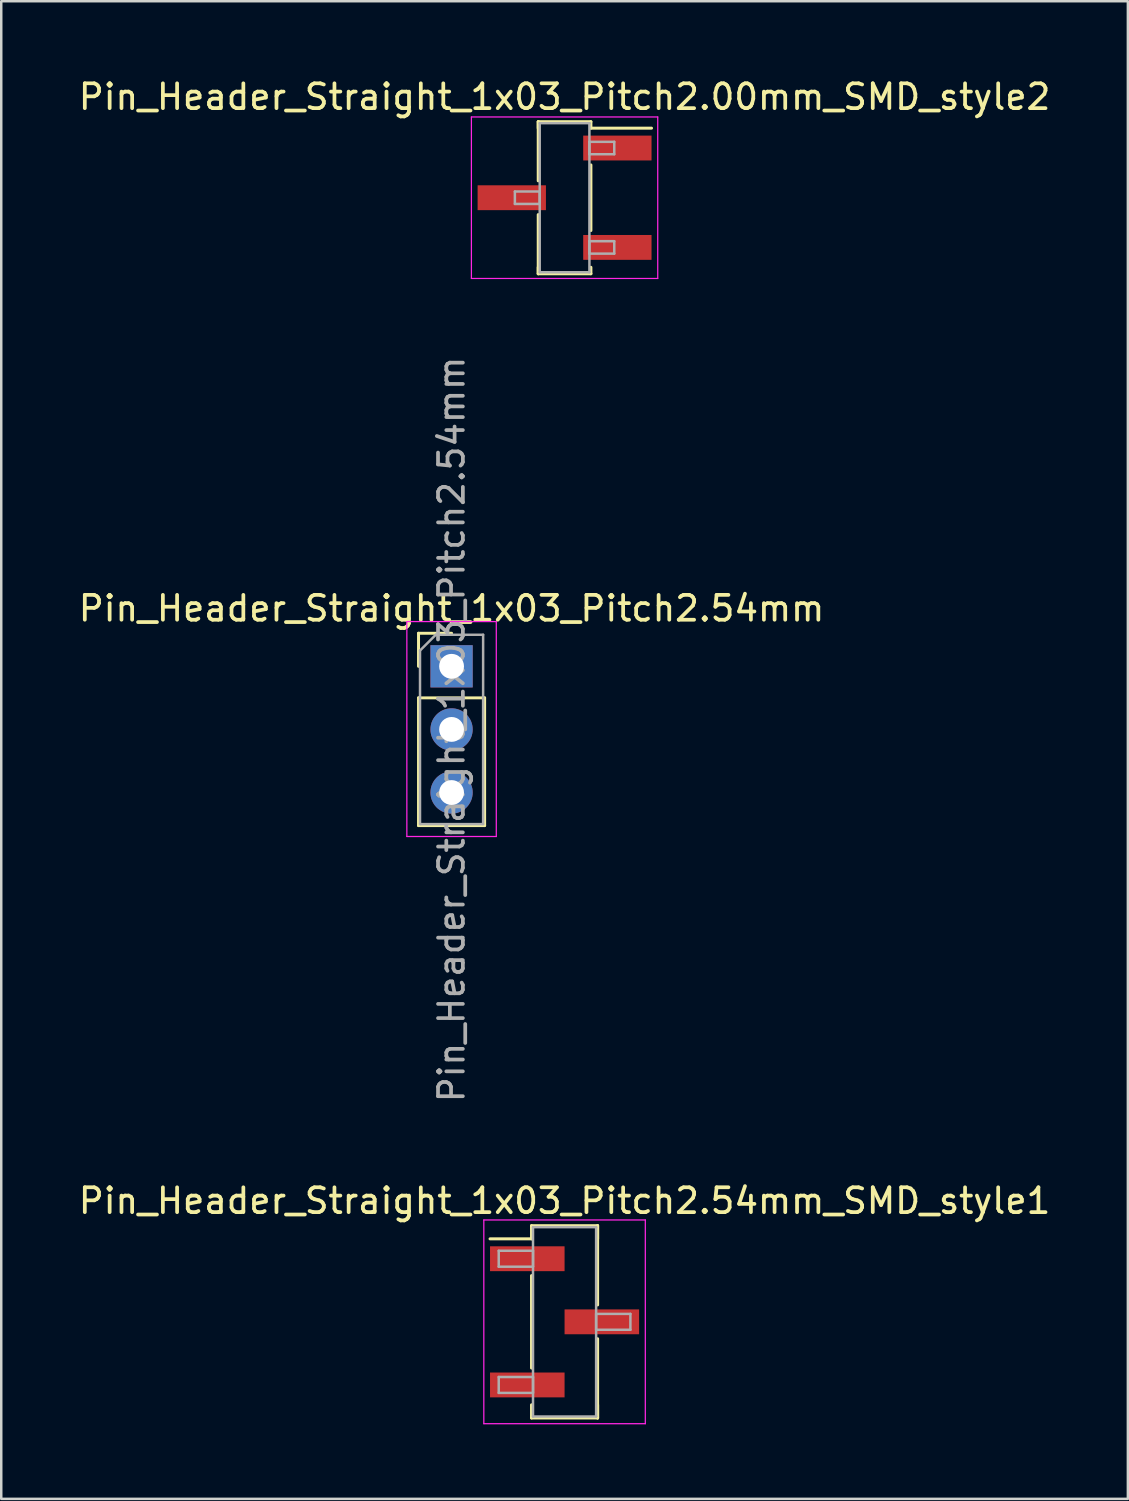
<source format=kicad_pcb>
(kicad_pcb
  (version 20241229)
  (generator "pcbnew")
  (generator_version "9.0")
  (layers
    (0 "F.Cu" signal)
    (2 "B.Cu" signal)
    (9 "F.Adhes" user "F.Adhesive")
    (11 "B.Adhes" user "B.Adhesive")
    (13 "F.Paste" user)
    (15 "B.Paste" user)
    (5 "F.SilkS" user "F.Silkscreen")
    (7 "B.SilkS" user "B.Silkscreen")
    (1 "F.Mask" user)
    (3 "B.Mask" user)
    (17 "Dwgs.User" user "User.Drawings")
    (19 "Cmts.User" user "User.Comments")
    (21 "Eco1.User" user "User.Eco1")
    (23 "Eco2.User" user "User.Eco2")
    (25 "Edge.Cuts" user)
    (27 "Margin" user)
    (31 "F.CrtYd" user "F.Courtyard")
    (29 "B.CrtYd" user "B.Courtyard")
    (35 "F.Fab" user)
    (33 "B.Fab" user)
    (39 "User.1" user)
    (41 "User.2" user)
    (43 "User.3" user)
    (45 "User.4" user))
  (footprint "Pin_Header_Straight_1x03_Pitch2.54mm"
    (layer "F.Cu")
    (at 15.125 23.768)
    (property "Reference" "Pin_Header_Straight_1x03_Pitch2.54mm" (at 0 -2.33 0) (layer "F.SilkS") (effects (font (size 1 1) (thickness 0.15))))
    (attr through_hole)
    (fp_line (start -1.33 -1.33) (end 0 -1.33) (stroke (width 0.12) (type solid)) (layer "F.SilkS"))
    (fp_line (start -1.33 0) (end -1.33 -1.33) (stroke (width 0.12) (type solid)) (layer "F.SilkS"))
    (fp_line (start -1.33 1.27) (end -1.33 6.41) (stroke (width 0.12) (type solid)) (layer "F.SilkS"))
    (fp_line (start -1.33 6.41) (end 1.33 6.41) (stroke (width 0.12) (type solid)) (layer "F.SilkS"))
    (fp_line (start 1.33 1.27) (end -1.33 1.27) (stroke (width 0.12) (type solid)) (layer "F.SilkS"))
    (fp_line (start 1.33 6.41) (end 1.33 1.27) (stroke (width 0.12) (type solid)) (layer "F.SilkS"))
    (fp_line (start -1.8 -1.8) (end -1.8 6.85) (stroke (width 0.05) (type solid)) (layer "F.CrtYd"))
    (fp_line (start -1.8 6.85) (end 1.8 6.85) (stroke (width 0.05) (type solid)) (layer "F.CrtYd"))
    (fp_line (start 1.8 -1.8) (end -1.8 -1.8) (stroke (width 0.05) (type solid)) (layer "F.CrtYd"))
    (fp_line (start 1.8 6.85) (end 1.8 -1.8) (stroke (width 0.05) (type solid)) (layer "F.CrtYd"))
    (fp_line (start -1.27 -0.635) (end -0.635 -1.27) (stroke (width 0.1) (type solid)) (layer "F.Fab"))
    (fp_line (start -1.27 6.35) (end -1.27 -0.635) (stroke (width 0.1) (type solid)) (layer "F.Fab"))
    (fp_line (start -0.635 -1.27) (end 1.27 -1.27) (stroke (width 0.1) (type solid)) (layer "F.Fab"))
    (fp_line (start 1.27 -1.27) (end 1.27 6.35) (stroke (width 0.1) (type solid)) (layer "F.Fab"))
    (fp_line (start 1.27 6.35) (end -1.27 6.35) (stroke (width 0.1) (type solid)) (layer "F.Fab"))
    (fp_text user "${REFERENCE}" (at 0 2.54 90) (layer "F.Fab") (effects (font (size 1 1) (thickness 0.15))))
    (pad "1" thru_hole rect (at 0 0) (size 1.7 1.7) (drill 1) (layers "*.Cu" "*.Mask"))
    (pad "2" thru_hole oval (at 0 2.54) (size 1.7 1.7) (drill 1) (layers "*.Cu" "*.Mask"))
    (pad "3" thru_hole oval (at 0 5.08) (size 1.7 1.7) (drill 1) (layers "*.Cu" "*.Mask")))
  (footprint "Pin_Header_Straight_1x03_Pitch2.00mm_SMD_style2"
    (layer "F.Cu")
    (at 19.673 4.908)
    (property "Reference" "Pin_Header_Straight_1x03_Pitch2.00mm_SMD_style2" (at 0 -4.06 0) (layer "F.SilkS") (effects (font (size 1 1) (thickness 0.15))))
    (attr smd)
    (fp_line (start -1.06 -3.06) (end -1.06 -0.68) (stroke (width 0.12) (type solid)) (layer "F.SilkS"))
    (fp_line (start -1.06 -3.06) (end 1.06 -3.06) (stroke (width 0.12) (type solid)) (layer "F.SilkS"))
    (fp_line (start -1.06 -2.8) (end -1.06 -3.06) (stroke (width 0.12) (type solid)) (layer "F.SilkS"))
    (fp_line (start -1.06 0.68) (end -1.06 3.06) (stroke (width 0.12) (type solid)) (layer "F.SilkS"))
    (fp_line (start -1.06 2.8) (end -1.06 3.06) (stroke (width 0.12) (type solid)) (layer "F.SilkS"))
    (fp_line (start -1.06 3.06) (end 1.06 3.06) (stroke (width 0.12) (type solid)) (layer "F.SilkS"))
    (fp_line (start 1.06 -3.06) (end 1.06 -2.8) (stroke (width 0.12) (type solid)) (layer "F.SilkS"))
    (fp_line (start 1.06 -2.8) (end 3.5 -2.8) (stroke (width 0.12) (type solid)) (layer "F.SilkS"))
    (fp_line (start 1.06 -1.32) (end 1.06 1.32) (stroke (width 0.12) (type solid)) (layer "F.SilkS"))
    (fp_line (start 1.06 3.06) (end 1.06 2.8) (stroke (width 0.12) (type solid)) (layer "F.SilkS"))
    (fp_line (start -3.75 -3.25) (end -3.75 3.25) (stroke (width 0.05) (type solid)) (layer "F.CrtYd"))
    (fp_line (start -3.75 3.25) (end 3.75 3.25) (stroke (width 0.05) (type solid)) (layer "F.CrtYd"))
    (fp_line (start 3.75 -3.25) (end -3.75 -3.25) (stroke (width 0.05) (type solid)) (layer "F.CrtYd"))
    (fp_line (start 3.75 3.25) (end 3.75 -3.25) (stroke (width 0.05) (type solid)) (layer "F.CrtYd"))
    (fp_line (start -2 -0.25) (end -1 -0.25) (stroke (width 0.1) (type solid)) (layer "F.Fab"))
    (fp_line (start -2 0.25) (end -2 -0.25) (stroke (width 0.1) (type solid)) (layer "F.Fab"))
    (fp_line (start -1 -3) (end -1 3) (stroke (width 0.1) (type solid)) (layer "F.Fab"))
    (fp_line (start -1 -0.25) (end -1 0.25) (stroke (width 0.1) (type solid)) (layer "F.Fab"))
    (fp_line (start -1 0.25) (end -2 0.25) (stroke (width 0.1) (type solid)) (layer "F.Fab"))
    (fp_line (start -1 3) (end 1 3) (stroke (width 0.1) (type solid)) (layer "F.Fab"))
    (fp_line (start 1 -3) (end -1 -3) (stroke (width 0.1) (type solid)) (layer "F.Fab"))
    (fp_line (start 1 -2.25) (end 1 -1.75) (stroke (width 0.1) (type solid)) (layer "F.Fab"))
    (fp_line (start 1 -1.75) (end 2 -1.75) (stroke (width 0.1) (type solid)) (layer "F.Fab"))
    (fp_line (start 1 1.75) (end 1 2.25) (stroke (width 0.1) (type solid)) (layer "F.Fab"))
    (fp_line (start 1 2.25) (end 2 2.25) (stroke (width 0.1) (type solid)) (layer "F.Fab"))
    (fp_line (start 1 3) (end 1 -3) (stroke (width 0.1) (type solid)) (layer "F.Fab"))
    (fp_line (start 2 -2.25) (end 1 -2.25) (stroke (width 0.1) (type solid)) (layer "F.Fab"))
    (fp_line (start 2 -1.75) (end 2 -2.25) (stroke (width 0.1) (type solid)) (layer "F.Fab"))
    (fp_line (start 2 1.75) (end 1 1.75) (stroke (width 0.1) (type solid)) (layer "F.Fab"))
    (fp_line (start 2 2.25) (end 2 1.75) (stroke (width 0.1) (type solid)) (layer "F.Fab"))
    (pad "1" smd rect (at 2.125 -2) (size 2.75 1) (layers "F.Cu" "F.Mask"))
    (pad "2" smd rect (at -2.125 0) (size 2.75 1) (layers "F.Cu" "F.Mask"))
    (pad "3" smd rect (at 2.125 2) (size 2.75 1) (layers "F.Cu" "F.Mask")))
  (footprint "Pin_Header_Straight_1x03_Pitch2.54mm_SMD_style1"
    (layer "F.Cu")
    (at 19.673 50.152)
    (property "Reference" "Pin_Header_Straight_1x03_Pitch2.54mm_SMD_style1" (at 0 -4.87 0) (layer "F.SilkS") (effects (font (size 1 1) (thickness 0.15))))
    (attr smd)
    (fp_line (start -1.33 -3.87) (end 1.33 -3.87) (stroke (width 0.12) (type solid)) (layer "F.SilkS"))
    (fp_line (start -1.33 -3.34) (end -3 -3.34) (stroke (width 0.12) (type solid)) (layer "F.SilkS"))
    (fp_line (start -1.33 -3.34) (end -1.33 -3.87) (stroke (width 0.12) (type solid)) (layer "F.SilkS"))
    (fp_line (start -1.33 -1.86) (end -1.33 1.86) (stroke (width 0.12) (type solid)) (layer "F.SilkS"))
    (fp_line (start -1.33 3.34) (end -1.33 3.87) (stroke (width 0.12) (type solid)) (layer "F.SilkS"))
    (fp_line (start -1.33 3.87) (end 1.33 3.87) (stroke (width 0.12) (type solid)) (layer "F.SilkS"))
    (fp_line (start 1.33 -3.87) (end 1.33 -3.34) (stroke (width 0.12) (type solid)) (layer "F.SilkS"))
    (fp_line (start 1.33 -3.87) (end 1.33 -0.68) (stroke (width 0.12) (type solid)) (layer "F.SilkS"))
    (fp_line (start 1.33 0.68) (end 1.33 3.87) (stroke (width 0.12) (type solid)) (layer "F.SilkS"))
    (fp_line (start 1.33 3.87) (end 1.33 3.34) (stroke (width 0.12) (type solid)) (layer "F.SilkS"))
    (fp_line (start -3.25 -4.1) (end -3.25 4.1) (stroke (width 0.05) (type solid)) (layer "F.CrtYd"))
    (fp_line (start -3.25 4.1) (end 3.25 4.1) (stroke (width 0.05) (type solid)) (layer "F.CrtYd"))
    (fp_line (start 3.25 -4.1) (end -3.25 -4.1) (stroke (width 0.05) (type solid)) (layer "F.CrtYd"))
    (fp_line (start 3.25 4.1) (end 3.25 -4.1) (stroke (width 0.05) (type solid)) (layer "F.CrtYd"))
    (fp_line (start -2.65 -2.86) (end -1.27 -2.86) (stroke (width 0.1) (type solid)) (layer "F.Fab"))
    (fp_line (start -2.65 -2.22) (end -2.65 -2.86) (stroke (width 0.1) (type solid)) (layer "F.Fab"))
    (fp_line (start -2.65 2.22) (end -1.27 2.22) (stroke (width 0.1) (type solid)) (layer "F.Fab"))
    (fp_line (start -2.65 2.86) (end -2.65 2.22) (stroke (width 0.1) (type solid)) (layer "F.Fab"))
    (fp_line (start -1.27 -3.81) (end -1.27 3.81) (stroke (width 0.1) (type solid)) (layer "F.Fab"))
    (fp_line (start -1.27 -2.86) (end -1.27 -2.22) (stroke (width 0.1) (type solid)) (layer "F.Fab"))
    (fp_line (start -1.27 -2.22) (end -2.65 -2.22) (stroke (width 0.1) (type solid)) (layer "F.Fab"))
    (fp_line (start -1.27 2.22) (end -1.27 2.86) (stroke (width 0.1) (type solid)) (layer "F.Fab"))
    (fp_line (start -1.27 2.86) (end -2.65 2.86) (stroke (width 0.1) (type solid)) (layer "F.Fab"))
    (fp_line (start -1.27 3.81) (end 1.27 3.81) (stroke (width 0.1) (type solid)) (layer "F.Fab"))
    (fp_line (start 1.27 -3.81) (end -1.27 -3.81) (stroke (width 0.1) (type solid)) (layer "F.Fab"))
    (fp_line (start 1.27 -0.32) (end 1.27 0.32) (stroke (width 0.1) (type solid)) (layer "F.Fab"))
    (fp_line (start 1.27 0.32) (end 2.65 0.32) (stroke (width 0.1) (type solid)) (layer "F.Fab"))
    (fp_line (start 1.27 3.81) (end 1.27 -3.81) (stroke (width 0.1) (type solid)) (layer "F.Fab"))
    (fp_line (start 2.65 -0.32) (end 1.27 -0.32) (stroke (width 0.1) (type solid)) (layer "F.Fab"))
    (fp_line (start 2.65 0.32) (end 2.65 -0.32) (stroke (width 0.1) (type solid)) (layer "F.Fab"))
    (pad "1" smd rect (at -1.5 -2.54) (size 3 1) (layers "F.Cu" "F.Mask"))
    (pad "2" smd rect (at 1.5 0) (size 3 1) (layers "F.Cu" "F.Mask"))
    (pad "3" smd rect (at -1.5 2.54) (size 3 1) (layers "F.Cu" "F.Mask")))
  (gr_rect
    (start -3 -3)
    (end 42.345 57.277)
    (stroke (width 0.1) (type default))
    (fill no)
    (layer "Edge.Cuts")))
</source>
